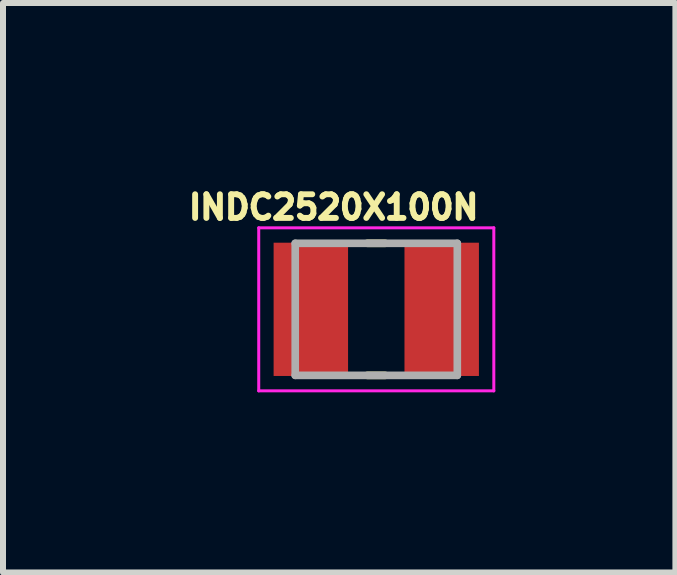
<source format=kicad_pcb>
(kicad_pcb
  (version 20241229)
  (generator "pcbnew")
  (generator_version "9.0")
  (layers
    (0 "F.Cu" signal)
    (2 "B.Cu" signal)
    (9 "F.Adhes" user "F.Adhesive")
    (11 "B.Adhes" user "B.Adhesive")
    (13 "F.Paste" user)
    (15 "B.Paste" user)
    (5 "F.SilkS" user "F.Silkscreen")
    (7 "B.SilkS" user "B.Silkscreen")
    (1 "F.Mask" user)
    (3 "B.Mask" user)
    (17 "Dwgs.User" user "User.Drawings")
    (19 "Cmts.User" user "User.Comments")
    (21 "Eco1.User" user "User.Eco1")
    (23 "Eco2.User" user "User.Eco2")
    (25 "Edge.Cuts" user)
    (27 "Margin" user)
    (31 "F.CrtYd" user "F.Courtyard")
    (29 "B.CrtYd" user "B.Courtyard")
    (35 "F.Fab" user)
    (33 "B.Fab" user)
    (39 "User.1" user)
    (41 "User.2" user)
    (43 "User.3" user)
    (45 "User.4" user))
  (footprint "INDC2520X100N"
    (layer "F.Cu")
    (at 3.218 2.103)
    (property "Reference" "INDC2520X100N" (at -0.71 -1.7 0) (layer "F.SilkS") (effects (font (size 0.394 0.394) (thickness 0.15))))
    (attr smd)
    (fp_line (start -0.15 -1.1) (end 0.15 -1.1) (stroke (width 0.127) (type solid)) (layer "F.SilkS"))
    (fp_line (start -0.15 1.1) (end 0.15 1.1) (stroke (width 0.127) (type solid)) (layer "F.SilkS"))
    (fp_line (start -1.958 -1.358) (end 1.958 -1.358) (stroke (width 0.05) (type solid)) (layer "F.CrtYd"))
    (fp_line (start -1.958 1.358) (end -1.958 -1.358) (stroke (width 0.05) (type solid)) (layer "F.CrtYd"))
    (fp_line (start -1.958 1.358) (end 1.958 1.358) (stroke (width 0.05) (type solid)) (layer "F.CrtYd"))
    (fp_line (start 1.958 1.358) (end 1.958 -1.358) (stroke (width 0.05) (type solid)) (layer "F.CrtYd"))
    (fp_line (start -1.35 1.1) (end -1.35 -1.1) (stroke (width 0.127) (type solid)) (layer "F.Fab"))
    (fp_line (start 1.35 -1.1) (end -1.35 -1.1) (stroke (width 0.127) (type solid)) (layer "F.Fab"))
    (fp_line (start 1.35 1.1) (end -1.35 1.1) (stroke (width 0.127) (type solid)) (layer "F.Fab"))
    (fp_line (start 1.35 1.1) (end 1.35 -1.1) (stroke (width 0.127) (type solid)) (layer "F.Fab"))
    (pad "1" smd rect (at -1.09 0) (size 1.24 2.22) (layers "F.Cu" "F.Mask" "F.Paste"))
    (pad "2" smd rect (at 1.09 0) (size 1.24 2.22) (layers "F.Cu" "F.Mask" "F.Paste")))
  (gr_rect
    (start -3 -3)
    (end 8.201 6.486)
    (stroke (width 0.1) (type default))
    (fill no)
    (layer "Edge.Cuts")))
</source>
